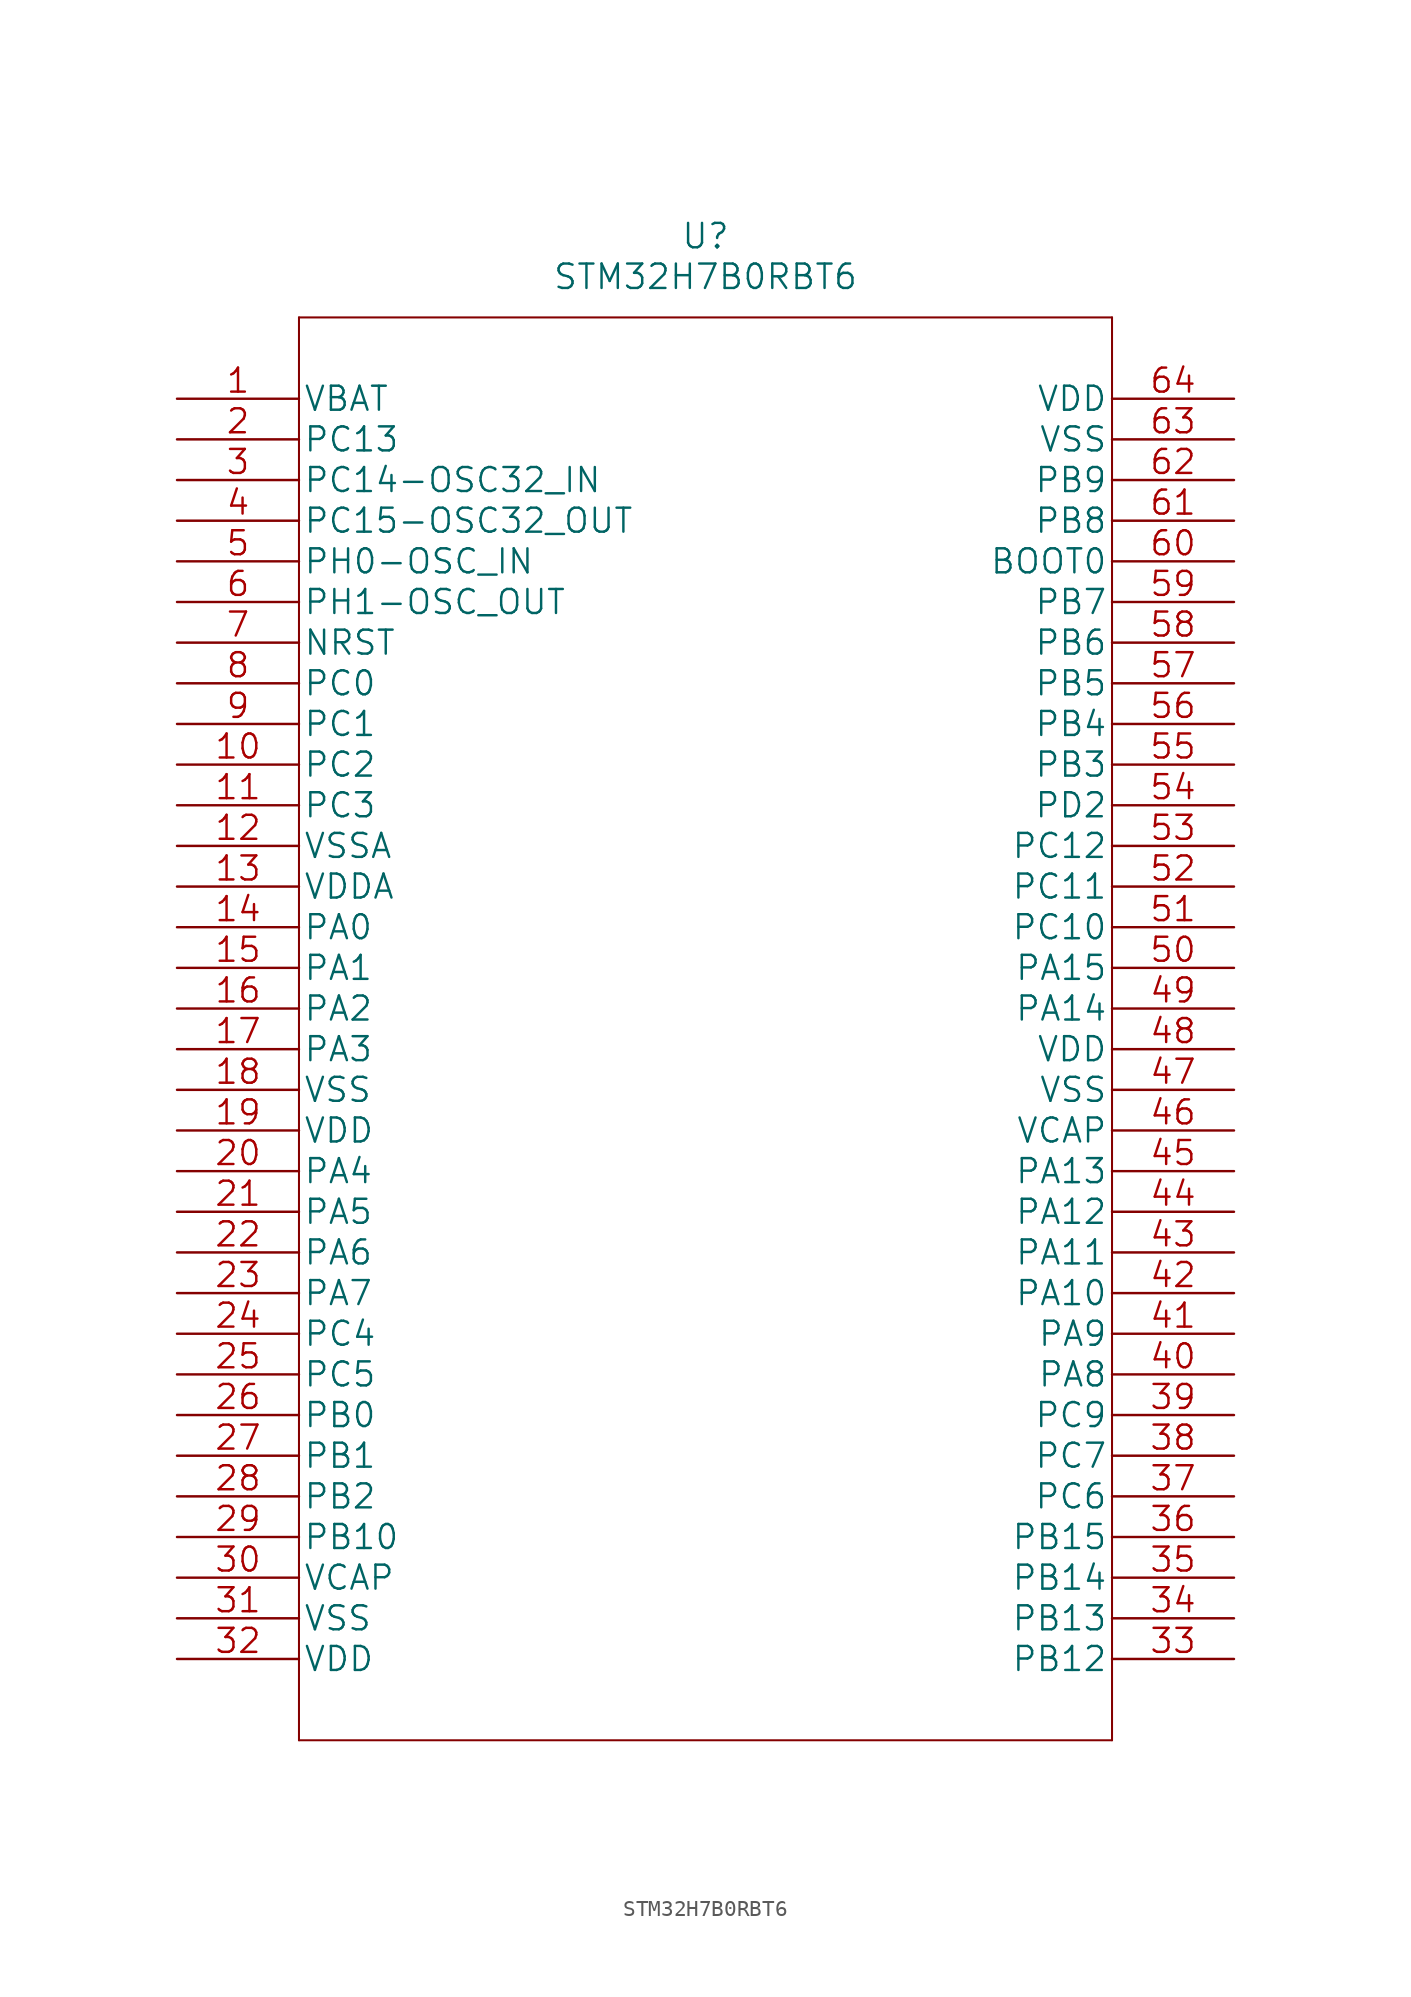
<source format=kicad_sym>
(kicad_symbol_lib
  (version 20211014)
  (generator kicad_symbol_editor)
  (symbol "STM32H7B0RBT6"
    (pin_names
      (offset 0.254))
    (property "Reference" "U"
      (at 33.02 10.16 0)
      (effects (font (size 1.524 1.524))))
    (property "Value" "STM32H7B0RBT6"
      (at 33.02 7.62 0)
      (effects (font (size 1.524 1.524))))
    (property "Datasheet" ""
      (at 0 0 0)
      (effects (font (size 1.524 1.524))))
    (symbol "STM32H7B0RBT6_1_1"
      (polyline (pts (xy 7.62 -83.82) (xy 58.42 -83.82)) (stroke (width 0.127) (type default) (color 0 0 0 0)) (fill (type none)))
      (polyline (pts (xy 7.62 5.08) (xy 7.62 -83.82)) (stroke (width 0.127) (type default) (color 0 0 0 0)) (fill (type none)))
      (polyline (pts (xy 58.42 -83.82) (xy 58.42 5.08)) (stroke (width 0.127) (type default) (color 0 0 0 0)) (fill (type none)))
      (polyline (pts (xy 58.42 5.08) (xy 7.62 5.08)) (stroke (width 0.127) (type default) (color 0 0 0 0)) (fill (type none)))
      (pin power_in line (at 0 0 0) (length 7.62) (name "VBAT" (effects (font (size 1.499 1.499)))) (number "1" (effects (font (size 1.499 1.499)))))
      (pin bidirectional line (at 0 -22.86 0) (length 7.62) (name "PC2" (effects (font (size 1.499 1.499)))) (number "10" (effects (font (size 1.499 1.499)))))
      (pin bidirectional line (at 0 -25.4 0) (length 7.62) (name "PC3" (effects (font (size 1.499 1.499)))) (number "11" (effects (font (size 1.499 1.499)))))
      (pin power_in line (at 0 -27.94 0) (length 7.62) (name "VSSA" (effects (font (size 1.499 1.499)))) (number "12" (effects (font (size 1.499 1.499)))))
      (pin power_in line (at 0 -30.48 0) (length 7.62) (name "VDDA" (effects (font (size 1.499 1.499)))) (number "13" (effects (font (size 1.499 1.499)))))
      (pin bidirectional line (at 0 -33.02 0) (length 7.62) (name "PA0" (effects (font (size 1.499 1.499)))) (number "14" (effects (font (size 1.499 1.499)))))
      (pin bidirectional line (at 0 -35.56 0) (length 7.62) (name "PA1" (effects (font (size 1.499 1.499)))) (number "15" (effects (font (size 1.499 1.499)))))
      (pin bidirectional line (at 0 -38.1 0) (length 7.62) (name "PA2" (effects (font (size 1.499 1.499)))) (number "16" (effects (font (size 1.499 1.499)))))
      (pin bidirectional line (at 0 -40.64 0) (length 7.62) (name "PA3" (effects (font (size 1.499 1.499)))) (number "17" (effects (font (size 1.499 1.499)))))
      (pin power_in line (at 0 -43.18 0) (length 7.62) (name "VSS" (effects (font (size 1.499 1.499)))) (number "18" (effects (font (size 1.499 1.499)))))
      (pin power_in line (at 0 -45.72 0) (length 7.62) (name "VDD" (effects (font (size 1.499 1.499)))) (number "19" (effects (font (size 1.499 1.499)))))
      (pin bidirectional line (at 0 -2.54 0) (length 7.62) (name "PC13" (effects (font (size 1.499 1.499)))) (number "2" (effects (font (size 1.499 1.499)))))
      (pin bidirectional line (at 0 -48.26 0) (length 7.62) (name "PA4" (effects (font (size 1.499 1.499)))) (number "20" (effects (font (size 1.499 1.499)))))
      (pin bidirectional line (at 0 -50.8 0) (length 7.62) (name "PA5" (effects (font (size 1.499 1.499)))) (number "21" (effects (font (size 1.499 1.499)))))
      (pin bidirectional line (at 0 -53.34 0) (length 7.62) (name "PA6" (effects (font (size 1.499 1.499)))) (number "22" (effects (font (size 1.499 1.499)))))
      (pin bidirectional line (at 0 -55.88 0) (length 7.62) (name "PA7" (effects (font (size 1.499 1.499)))) (number "23" (effects (font (size 1.499 1.499)))))
      (pin bidirectional line (at 0 -58.42 0) (length 7.62) (name "PC4" (effects (font (size 1.499 1.499)))) (number "24" (effects (font (size 1.499 1.499)))))
      (pin bidirectional line (at 0 -60.96 0) (length 7.62) (name "PC5" (effects (font (size 1.499 1.499)))) (number "25" (effects (font (size 1.499 1.499)))))
      (pin bidirectional line (at 0 -63.5 0) (length 7.62) (name "PB0" (effects (font (size 1.499 1.499)))) (number "26" (effects (font (size 1.499 1.499)))))
      (pin bidirectional line (at 0 -66.04 0) (length 7.62) (name "PB1" (effects (font (size 1.499 1.499)))) (number "27" (effects (font (size 1.499 1.499)))))
      (pin bidirectional line (at 0 -68.58 0) (length 7.62) (name "PB2" (effects (font (size 1.499 1.499)))) (number "28" (effects (font (size 1.499 1.499)))))
      (pin bidirectional line (at 0 -71.12 0) (length 7.62) (name "PB10" (effects (font (size 1.499 1.499)))) (number "29" (effects (font (size 1.499 1.499)))))
      (pin bidirectional line (at 0 -5.08 0) (length 7.62) (name "PC14-OSC32_IN" (effects (font (size 1.499 1.499)))) (number "3" (effects (font (size 1.499 1.499)))))
      (pin power_in line (at 0 -73.66 0) (length 7.62) (name "VCAP" (effects (font (size 1.499 1.499)))) (number "30" (effects (font (size 1.499 1.499)))))
      (pin power_in line (at 0 -76.2 0) (length 7.62) (name "VSS" (effects (font (size 1.499 1.499)))) (number "31" (effects (font (size 1.499 1.499)))))
      (pin power_in line (at 0 -78.74 0) (length 7.62) (name "VDD" (effects (font (size 1.499 1.499)))) (number "32" (effects (font (size 1.499 1.499)))))
      (pin bidirectional line (at 66.04 -78.74 180) (length 7.62) (name "PB12" (effects (font (size 1.499 1.499)))) (number "33" (effects (font (size 1.499 1.499)))))
      (pin bidirectional line (at 66.04 -76.2 180) (length 7.62) (name "PB13" (effects (font (size 1.499 1.499)))) (number "34" (effects (font (size 1.499 1.499)))))
      (pin bidirectional line (at 66.04 -73.66 180) (length 7.62) (name "PB14" (effects (font (size 1.499 1.499)))) (number "35" (effects (font (size 1.499 1.499)))))
      (pin bidirectional line (at 66.04 -71.12 180) (length 7.62) (name "PB15" (effects (font (size 1.499 1.499)))) (number "36" (effects (font (size 1.499 1.499)))))
      (pin bidirectional line (at 66.04 -68.58 180) (length 7.62) (name "PC6" (effects (font (size 1.499 1.499)))) (number "37" (effects (font (size 1.499 1.499)))))
      (pin bidirectional line (at 66.04 -66.04 180) (length 7.62) (name "PC7" (effects (font (size 1.499 1.499)))) (number "38" (effects (font (size 1.499 1.499)))))
      (pin bidirectional line (at 66.04 -63.5 180) (length 7.62) (name "PC9" (effects (font (size 1.499 1.499)))) (number "39" (effects (font (size 1.499 1.499)))))
      (pin bidirectional line (at 0 -7.62 0) (length 7.62) (name "PC15-OSC32_OUT" (effects (font (size 1.499 1.499)))) (number "4" (effects (font (size 1.499 1.499)))))
      (pin bidirectional line (at 66.04 -60.96 180) (length 7.62) (name "PA8" (effects (font (size 1.499 1.499)))) (number "40" (effects (font (size 1.499 1.499)))))
      (pin bidirectional line (at 66.04 -58.42 180) (length 7.62) (name "PA9" (effects (font (size 1.499 1.499)))) (number "41" (effects (font (size 1.499 1.499)))))
      (pin bidirectional line (at 66.04 -55.88 180) (length 7.62) (name "PA10" (effects (font (size 1.499 1.499)))) (number "42" (effects (font (size 1.499 1.499)))))
      (pin bidirectional line (at 66.04 -53.34 180) (length 7.62) (name "PA11" (effects (font (size 1.499 1.499)))) (number "43" (effects (font (size 1.499 1.499)))))
      (pin bidirectional line (at 66.04 -50.8 180) (length 7.62) (name "PA12" (effects (font (size 1.499 1.499)))) (number "44" (effects (font (size 1.499 1.499)))))
      (pin bidirectional line (at 66.04 -48.26 180) (length 7.62) (name "PA13" (effects (font (size 1.499 1.499)))) (number "45" (effects (font (size 1.499 1.499)))))
      (pin power_in line (at 66.04 -45.72 180) (length 7.62) (name "VCAP" (effects (font (size 1.499 1.499)))) (number "46" (effects (font (size 1.499 1.499)))))
      (pin power_in line (at 66.04 -43.18 180) (length 7.62) (name "VSS" (effects (font (size 1.499 1.499)))) (number "47" (effects (font (size 1.499 1.499)))))
      (pin power_in line (at 66.04 -40.64 180) (length 7.62) (name "VDD" (effects (font (size 1.499 1.499)))) (number "48" (effects (font (size 1.499 1.499)))))
      (pin bidirectional line (at 66.04 -38.1 180) (length 7.62) (name "PA14" (effects (font (size 1.499 1.499)))) (number "49" (effects (font (size 1.499 1.499)))))
      (pin bidirectional line (at 0 -10.16 0) (length 7.62) (name "PH0-OSC_IN" (effects (font (size 1.499 1.499)))) (number "5" (effects (font (size 1.499 1.499)))))
      (pin bidirectional line (at 66.04 -35.56 180) (length 7.62) (name "PA15" (effects (font (size 1.499 1.499)))) (number "50" (effects (font (size 1.499 1.499)))))
      (pin bidirectional line (at 66.04 -33.02 180) (length 7.62) (name "PC10" (effects (font (size 1.499 1.499)))) (number "51" (effects (font (size 1.499 1.499)))))
      (pin bidirectional line (at 66.04 -30.48 180) (length 7.62) (name "PC11" (effects (font (size 1.499 1.499)))) (number "52" (effects (font (size 1.499 1.499)))))
      (pin bidirectional line (at 66.04 -27.94 180) (length 7.62) (name "PC12" (effects (font (size 1.499 1.499)))) (number "53" (effects (font (size 1.499 1.499)))))
      (pin bidirectional line (at 66.04 -25.4 180) (length 7.62) (name "PD2" (effects (font (size 1.499 1.499)))) (number "54" (effects (font (size 1.499 1.499)))))
      (pin bidirectional line (at 66.04 -22.86 180) (length 7.62) (name "PB3" (effects (font (size 1.499 1.499)))) (number "55" (effects (font (size 1.499 1.499)))))
      (pin bidirectional line (at 66.04 -20.32 180) (length 7.62) (name "PB4" (effects (font (size 1.499 1.499)))) (number "56" (effects (font (size 1.499 1.499)))))
      (pin bidirectional line (at 66.04 -17.78 180) (length 7.62) (name "PB5" (effects (font (size 1.499 1.499)))) (number "57" (effects (font (size 1.499 1.499)))))
      (pin bidirectional line (at 66.04 -15.24 180) (length 7.62) (name "PB6" (effects (font (size 1.499 1.499)))) (number "58" (effects (font (size 1.499 1.499)))))
      (pin bidirectional line (at 66.04 -12.7 180) (length 7.62) (name "PB7" (effects (font (size 1.499 1.499)))) (number "59" (effects (font (size 1.499 1.499)))))
      (pin bidirectional line (at 0 -12.7 0) (length 7.62) (name "PH1-OSC_OUT" (effects (font (size 1.499 1.499)))) (number "6" (effects (font (size 1.499 1.499)))))
      (pin input line (at 66.04 -10.16 180) (length 7.62) (name "BOOT0" (effects (font (size 1.499 1.499)))) (number "60" (effects (font (size 1.499 1.499)))))
      (pin bidirectional line (at 66.04 -7.62 180) (length 7.62) (name "PB8" (effects (font (size 1.499 1.499)))) (number "61" (effects (font (size 1.499 1.499)))))
      (pin bidirectional line (at 66.04 -5.08 180) (length 7.62) (name "PB9" (effects (font (size 1.499 1.499)))) (number "62" (effects (font (size 1.499 1.499)))))
      (pin power_in line (at 66.04 -2.54 180) (length 7.62) (name "VSS" (effects (font (size 1.499 1.499)))) (number "63" (effects (font (size 1.499 1.499)))))
      (pin power_in line (at 66.04 0 180) (length 7.62) (name "VDD" (effects (font (size 1.499 1.499)))) (number "64" (effects (font (size 1.499 1.499)))))
      (pin bidirectional line (at 0 -15.24 0) (length 7.62) (name "NRST" (effects (font (size 1.499 1.499)))) (number "7" (effects (font (size 1.499 1.499)))))
      (pin bidirectional line (at 0 -17.78 0) (length 7.62) (name "PC0" (effects (font (size 1.499 1.499)))) (number "8" (effects (font (size 1.499 1.499)))))
      (pin bidirectional line (at 0 -20.32 0) (length 7.62) (name "PC1" (effects (font (size 1.499 1.499)))) (number "9" (effects (font (size 1.499 1.499))))))))
</source>
